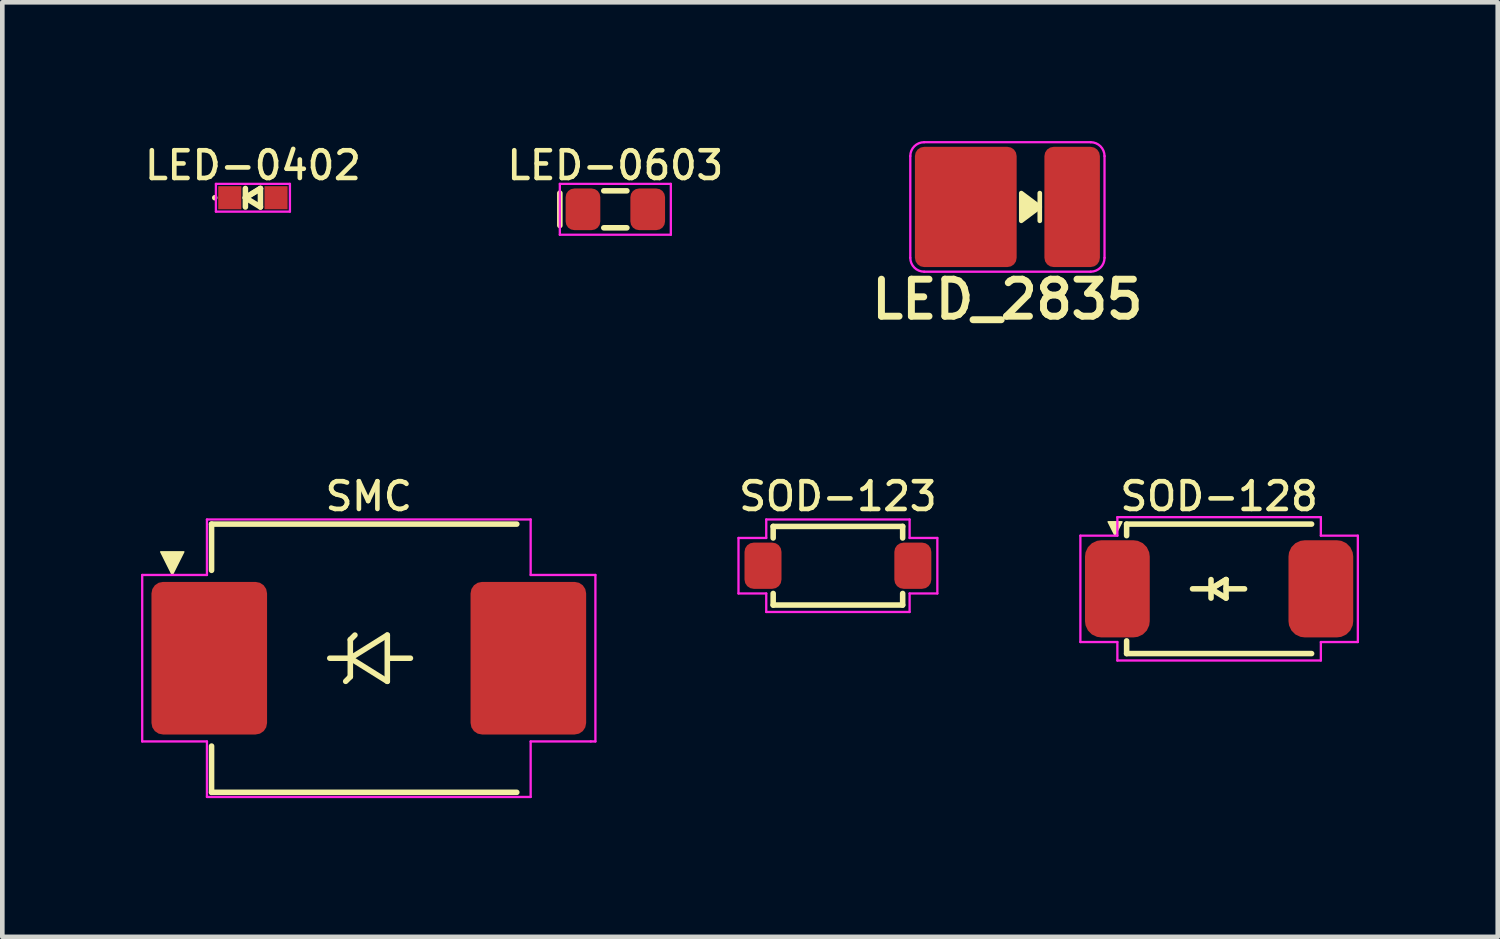
<source format=kicad_pcb>
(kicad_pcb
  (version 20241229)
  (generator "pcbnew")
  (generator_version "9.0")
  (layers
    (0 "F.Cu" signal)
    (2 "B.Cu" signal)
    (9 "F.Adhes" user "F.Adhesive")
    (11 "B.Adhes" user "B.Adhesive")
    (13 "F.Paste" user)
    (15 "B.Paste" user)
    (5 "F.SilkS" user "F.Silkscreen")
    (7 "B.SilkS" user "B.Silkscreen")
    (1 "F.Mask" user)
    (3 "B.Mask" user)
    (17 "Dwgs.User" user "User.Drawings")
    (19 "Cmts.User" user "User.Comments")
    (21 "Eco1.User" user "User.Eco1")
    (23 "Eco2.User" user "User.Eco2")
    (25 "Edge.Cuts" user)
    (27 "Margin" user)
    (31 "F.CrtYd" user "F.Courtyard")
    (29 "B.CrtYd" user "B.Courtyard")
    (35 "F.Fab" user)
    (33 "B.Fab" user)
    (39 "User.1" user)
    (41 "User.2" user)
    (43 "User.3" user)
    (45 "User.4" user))
  (footprint "LED-0402"
    (layer "F.Cu")
    (at 2.419 1.226)
    (property "Reference" "LED-0402" (at 0 -0.7 0) (layer "F.SilkS") (effects (font (size 0.6 0.6) (thickness 0.1))))
    (attr smd)
    (fp_line (start -0.825 0) (end -0.825 0) (stroke (width 0.12) (type solid)) (layer "F.SilkS"))
    (fp_line (start -0.163 0) (end 0.163 -0.2) (stroke (width 0.12) (type solid)) (layer "F.SilkS"))
    (fp_line (start -0.163 0) (end 0.163 -0.2) (stroke (width 0.12) (type solid)) (layer "F.SilkS"))
    (fp_line (start -0.163 0) (end 0.163 0.2) (stroke (width 0.12) (type solid)) (layer "F.SilkS"))
    (fp_line (start -0.163 0.2) (end -0.163 -0.2) (stroke (width 0.12) (type solid)) (layer "F.SilkS"))
    (fp_line (start 0.163 0.2) (end 0.163 -0.2) (stroke (width 0.12) (type solid)) (layer "F.SilkS"))
    (fp_line (start -0.8 -0.3) (end 0.8 -0.3) (stroke (width 0.05) (type solid)) (layer "F.CrtYd"))
    (fp_line (start -0.8 0.3) (end -0.8 -0.3) (stroke (width 0.05) (type solid)) (layer "F.CrtYd"))
    (fp_line (start 0.8 -0.3) (end 0.8 0.3) (stroke (width 0.05) (type solid)) (layer "F.CrtYd"))
    (fp_line (start 0.8 0.3) (end -0.8 0.3) (stroke (width 0.05) (type solid)) (layer "F.CrtYd"))
    (pad "1" smd rect (at -0.5 0) (size 0.5 0.5) (layers "F.Cu" "F.Mask" "F.Paste"))
    (pad "2" smd rect (at 0.5 0) (size 0.5 0.5) (layers "F.Cu" "F.Mask" "F.Paste")))
  (footprint "LED_2835"
    (layer "F.Cu")
    (at 18.734 1.425)
    (property "Reference" "LED_2835" (at 0 2 180) (layer "F.SilkS") (effects (font (size 0.8 0.8) (thickness 0.15))))
    (attr smd)
    (fp_line (start 0.7 -0.3) (end 0.7 0.3) (stroke (width 0.1) (type default)) (layer "F.SilkS"))
    (fp_poly (pts (xy 0.3 -0.3) (xy 0.3 0.3) (xy 0.7 0)) (stroke (width 0.1) (type solid)) (fill yes) (layer "F.SilkS"))
    (fp_line (start -2.1 1.1) (end -2.1 -1.1) (stroke (width 0.05) (type solid)) (layer "F.CrtYd"))
    (fp_line (start -1.8 -1.4) (end 1.8 -1.4) (stroke (width 0.05) (type solid)) (layer "F.CrtYd"))
    (fp_line (start 1.8 1.4) (end -1.8 1.4) (stroke (width 0.05) (type solid)) (layer "F.CrtYd"))
    (fp_line (start 2.1 -1.1) (end 2.1 1.1) (stroke (width 0.05) (type solid)) (layer "F.CrtYd"))
    (fp_arc (start -2.1 -1.1) (mid -2.012132 -1.312132) (end -1.8 -1.4) (stroke (width 0.05) (type default)) (layer "F.CrtYd"))
    (fp_arc (start -1.8 1.4) (mid -2.012132 1.312132) (end -2.1 1.1) (stroke (width 0.05) (type default)) (layer "F.CrtYd"))
    (fp_arc (start 1.8 -1.4) (mid 2.012132 -1.312132) (end 2.1 -1.1) (stroke (width 0.05) (type default)) (layer "F.CrtYd"))
    (fp_arc (start 2.1 1.1) (mid 2.012132 1.312132) (end 1.8 1.4) (stroke (width 0.05) (type default)) (layer "F.CrtYd"))
    (pad "1" smd roundrect (at 1.4 0) (size 1.2 2.6) (layers "F.Cu" "F.Mask" "F.Paste") (roundrect_rratio 0.167))
    (pad "2" smd roundrect (at -0.9 0) (size 2.2 2.6) (layers "F.Cu" "F.Mask" "F.Paste") (roundrect_rratio 0.091)))
  (footprint "SOD-123"
    (layer "F.Cu")
    (at 15.069 9.183)
    (property "Reference" "SOD-123" (at 0 -1.5 0) (layer "F.SilkS") (effects (font (size 0.6 0.6) (thickness 0.1))))
    (attr smd)
    (fp_line (start -1.4 -0.85) (end -1.4 -0.6) (stroke (width 0.12) (type solid)) (layer "F.SilkS"))
    (fp_line (start -1.4 -0.85) (end 1.4 -0.85) (stroke (width 0.12) (type solid)) (layer "F.SilkS"))
    (fp_line (start -1.4 0.6) (end -1.4 0.85) (stroke (width 0.12) (type solid)) (layer "F.SilkS"))
    (fp_line (start -1.4 0.85) (end 1.4 0.85) (stroke (width 0.12) (type solid)) (layer "F.SilkS"))
    (fp_line (start 1.4 -0.85) (end 1.4 -0.6) (stroke (width 0.12) (type solid)) (layer "F.SilkS"))
    (fp_line (start 1.4 0.6) (end 1.4 0.85) (stroke (width 0.12) (type solid)) (layer "F.SilkS"))
    (fp_line (start -2.15 -0.6) (end -2.15 0.6) (stroke (width 0.05) (type solid)) (layer "F.CrtYd"))
    (fp_line (start -2.15 -0.6) (end -1.55 -0.6) (stroke (width 0.05) (type solid)) (layer "F.CrtYd"))
    (fp_line (start -2.15 0.6) (end -1.55 0.6) (stroke (width 0.05) (type solid)) (layer "F.CrtYd"))
    (fp_line (start -1.55 -1) (end -1.55 -0.6) (stroke (width 0.05) (type solid)) (layer "F.CrtYd"))
    (fp_line (start -1.55 -1) (end 1.55 -1) (stroke (width 0.05) (type solid)) (layer "F.CrtYd"))
    (fp_line (start -1.55 0.6) (end -1.55 1) (stroke (width 0.05) (type solid)) (layer "F.CrtYd"))
    (fp_line (start 1.55 -1) (end 1.55 -0.6) (stroke (width 0.05) (type solid)) (layer "F.CrtYd"))
    (fp_line (start 1.55 -0.6) (end 2.15 -0.6) (stroke (width 0.05) (type solid)) (layer "F.CrtYd"))
    (fp_line (start 1.55 1) (end -1.55 1) (stroke (width 0.05) (type solid)) (layer "F.CrtYd"))
    (fp_line (start 1.55 1) (end 1.55 0.6) (stroke (width 0.05) (type solid)) (layer "F.CrtYd"))
    (fp_line (start 2.15 -0.6) (end 2.15 0.6) (stroke (width 0.05) (type solid)) (layer "F.CrtYd"))
    (fp_line (start 2.15 0.6) (end 1.55 0.6) (stroke (width 0.05) (type solid)) (layer "F.CrtYd"))
    (pad "1" smd roundrect (at -1.62 0) (size 0.8 1) (layers "F.Cu" "F.Mask" "F.Paste") (roundrect_rratio 0.25))
    (pad "2" smd roundrect (at 1.62 0) (size 0.8 1) (layers "F.Cu" "F.Mask" "F.Paste") (roundrect_rratio 0.25)))
  (footprint "SOD-128"
    (layer "F.Cu")
    (at 23.312 9.683)
    (property "Reference" "SOD-128" (at 0 -2 0) (layer "F.SilkS") (effects (font (size 0.6 0.6) (thickness 0.1))))
    (attr smd)
    (fp_line (start -2 -1.4) (end -2 -1.15) (stroke (width 0.12) (type solid)) (layer "F.SilkS"))
    (fp_line (start -2 -1.4) (end 2 -1.4) (stroke (width 0.12) (type solid)) (layer "F.SilkS"))
    (fp_line (start -2 1.125) (end -2 1.4) (stroke (width 0.12) (type solid)) (layer "F.SilkS"))
    (fp_line (start -0.575 0) (end -0.175 0) (stroke (width 0.12) (type solid)) (layer "F.SilkS"))
    (fp_line (start -0.175 0) (end 0.15 -0.2) (stroke (width 0.12) (type solid)) (layer "F.SilkS"))
    (fp_line (start -0.175 0) (end 0.15 -0.2) (stroke (width 0.12) (type solid)) (layer "F.SilkS"))
    (fp_line (start -0.175 0) (end 0.15 0.2) (stroke (width 0.12) (type solid)) (layer "F.SilkS"))
    (fp_line (start -0.175 0.2) (end -0.175 -0.2) (stroke (width 0.12) (type solid)) (layer "F.SilkS"))
    (fp_line (start 0.15 0.2) (end 0.15 -0.2) (stroke (width 0.12) (type solid)) (layer "F.SilkS"))
    (fp_line (start 0.55 0) (end 0.15 0) (stroke (width 0.12) (type solid)) (layer "F.SilkS"))
    (fp_line (start 2 1.4) (end -2 1.4) (stroke (width 0.12) (type solid)) (layer "F.SilkS"))
    (fp_poly (pts (xy -2.25 -1.15) (xy -2.4 -1.45) (xy -2.1 -1.45)) (stroke (width 0.03) (type solid)) (fill yes) (layer "F.SilkS"))
    (fp_line (start -3 -1.15) (end -3 1.15) (stroke (width 0.05) (type solid)) (layer "F.CrtYd"))
    (fp_line (start -3 -1.15) (end -2.2 -1.15) (stroke (width 0.05) (type solid)) (layer "F.CrtYd"))
    (fp_line (start -3 1.15) (end -2.2 1.15) (stroke (width 0.05) (type solid)) (layer "F.CrtYd"))
    (fp_line (start -2.2 -1.55) (end -2.2 -1.15) (stroke (width 0.05) (type solid)) (layer "F.CrtYd"))
    (fp_line (start -2.2 -1.55) (end 2.2 -1.55) (stroke (width 0.05) (type solid)) (layer "F.CrtYd"))
    (fp_line (start -2.2 1.15) (end -2.2 1.55) (stroke (width 0.05) (type solid)) (layer "F.CrtYd"))
    (fp_line (start 2.2 -1.55) (end 2.2 -1.15) (stroke (width 0.05) (type solid)) (layer "F.CrtYd"))
    (fp_line (start 2.2 -1.15) (end 3 -1.15) (stroke (width 0.05) (type solid)) (layer "F.CrtYd"))
    (fp_line (start 2.2 1.55) (end -2.2 1.55) (stroke (width 0.05) (type solid)) (layer "F.CrtYd"))
    (fp_line (start 2.2 1.55) (end 2.2 1.15) (stroke (width 0.05) (type solid)) (layer "F.CrtYd"))
    (fp_line (start 3 -1.15) (end 3 1.15) (stroke (width 0.05) (type solid)) (layer "F.CrtYd"))
    (fp_line (start 3 1.15) (end 2.2 1.15) (stroke (width 0.05) (type solid)) (layer "F.CrtYd"))
    (pad "1" smd roundrect (at -2.2 0) (size 1.4 2.1) (layers "F.Cu" "F.Mask" "F.Paste") (roundrect_rratio 0.25))
    (pad "2" smd roundrect (at 2.2 0) (size 1.4 2.1) (layers "F.Cu" "F.Mask" "F.Paste") (roundrect_rratio 0.25)))
  (footprint "SMC"
    (layer "F.Cu")
    (at 4.925 11.183)
    (property "Reference" "SMC" (at 0 -3.5 0) (layer "F.SilkS") (effects (font (size 0.6 0.6) (thickness 0.1) (bold yes))))
    (attr smd)
    (fp_line (start -3.4 -2.9) (end -3.4 -1.9) (stroke (width 0.12) (type default)) (layer "F.SilkS"))
    (fp_line (start -3.4 2.9) (end -3.4 1.9) (stroke (width 0.12) (type default)) (layer "F.SilkS"))
    (fp_line (start -0.4 -0.4) (end -0.3 -0.5) (stroke (width 0.12) (type default)) (layer "F.SilkS"))
    (fp_line (start -0.4 0) (end 0.4 -0.5) (stroke (width 0.12) (type solid)) (layer "F.SilkS"))
    (fp_line (start -0.4 0) (end 0.4 0.5) (stroke (width 0.12) (type solid)) (layer "F.SilkS"))
    (fp_line (start -0.4 0.4) (end -0.5 0.5) (stroke (width 0.12) (type default)) (layer "F.SilkS"))
    (fp_line (start -0.4 0.4) (end -0.4 -0.4) (stroke (width 0.12) (type solid)) (layer "F.SilkS"))
    (fp_line (start -0.356 0) (end -0.844 0) (stroke (width 0.12) (type solid)) (layer "F.SilkS"))
    (fp_line (start 0.4 0.5) (end 0.4 -0.5) (stroke (width 0.12) (type solid)) (layer "F.SilkS"))
    (fp_line (start 0.9 0) (end 0.412 0) (stroke (width 0.12) (type solid)) (layer "F.SilkS"))
    (fp_line (start 3.2 -2.9) (end -3.4 -2.9) (stroke (width 0.12) (type default)) (layer "F.SilkS"))
    (fp_line (start 3.2 2.9) (end -3.4 2.9) (stroke (width 0.12) (type default)) (layer "F.SilkS"))
    (fp_poly (pts (xy -4.25 -1.8) (xy -4.5 -2.3) (xy -4 -2.3)) (stroke (width 0.03) (type solid)) (fill yes) (layer "F.SilkS"))
    (fp_line (start -4.9 -1.8) (end -4.9 1.8) (stroke (width 0.05) (type default)) (layer "F.CrtYd"))
    (fp_line (start -4.9 1.8) (end -3.5 1.8) (stroke (width 0.05) (type default)) (layer "F.CrtYd"))
    (fp_line (start -3.5 -3) (end -3.5 -1.8) (stroke (width 0.05) (type default)) (layer "F.CrtYd"))
    (fp_line (start -3.5 -1.8) (end -4.9 -1.8) (stroke (width 0.05) (type default)) (layer "F.CrtYd"))
    (fp_line (start -3.5 1.8) (end -3.5 3) (stroke (width 0.05) (type default)) (layer "F.CrtYd"))
    (fp_line (start -3.5 3) (end 3.5 3) (stroke (width 0.05) (type default)) (layer "F.CrtYd"))
    (fp_line (start 3.5 -3) (end -3.5 -3) (stroke (width 0.05) (type default)) (layer "F.CrtYd"))
    (fp_line (start 3.5 -1.8) (end 3.5 -3) (stroke (width 0.05) (type default)) (layer "F.CrtYd"))
    (fp_line (start 3.5 1.8) (end 4.8 1.8) (stroke (width 0.05) (type default)) (layer "F.CrtYd"))
    (fp_line (start 3.5 3) (end 3.5 1.8) (stroke (width 0.05) (type default)) (layer "F.CrtYd"))
    (fp_line (start 4.8 1.8) (end 4.9 1.8) (stroke (width 0.05) (type default)) (layer "F.CrtYd"))
    (fp_line (start 4.9 -1.8) (end 3.5 -1.8) (stroke (width 0.05) (type default)) (layer "F.CrtYd"))
    (fp_line (start 4.9 1.8) (end 4.9 -1.8) (stroke (width 0.05) (type default)) (layer "F.CrtYd"))
    (pad "1" smd roundrect (at -3.45 0 90) (size 3.3 2.5) (layers "F.Cu" "F.Mask" "F.Paste") (roundrect_rratio 0.1))
    (pad "2" smd roundrect (at 3.45 0 90) (size 3.3 2.5) (layers "F.Cu" "F.Mask" "F.Paste") (roundrect_rratio 0.1)))
  (footprint "LED-0603"
    (layer "F.Cu")
    (at 10.256 1.476)
    (property "Reference" "LED-0603" (at 0 -0.95 0) (layer "F.SilkS") (effects (font (size 0.6 0.6) (thickness 0.1))))
    (attr smd)
    (fp_line (start -1.2 -0.35) (end -1.2 0.35) (stroke (width 0.12) (type solid)) (layer "F.SilkS"))
    (fp_line (start -0.25 -0.4) (end 0.25 -0.4) (stroke (width 0.12) (type solid)) (layer "F.SilkS"))
    (fp_line (start -0.25 0.4) (end 0.25 0.4) (stroke (width 0.12) (type solid)) (layer "F.SilkS"))
    (fp_line (start -1.2 -0.55) (end 1.2 -0.55) (stroke (width 0.05) (type solid)) (layer "F.CrtYd"))
    (fp_line (start -1.2 0.55) (end -1.2 -0.55) (stroke (width 0.05) (type solid)) (layer "F.CrtYd"))
    (fp_line (start 1.2 -0.55) (end 1.2 0.55) (stroke (width 0.05) (type solid)) (layer "F.CrtYd"))
    (fp_line (start 1.2 0.55) (end -1.2 0.55) (stroke (width 0.05) (type solid)) (layer "F.CrtYd"))
    (pad "1" smd roundrect (at -0.7 0) (size 0.75 0.9) (layers "F.Cu" "F.Mask" "F.Paste") (roundrect_rratio 0.25))
    (pad "2" smd roundrect (at 0.7 0) (size 0.75 0.9) (layers "F.Cu" "F.Mask" "F.Paste") (roundrect_rratio 0.25)))
  (gr_rect
    (start -3 -3)
    (end 29.337 17.208)
    (stroke (width 0.1) (type default))
    (fill no)
    (layer "Edge.Cuts")))
</source>
